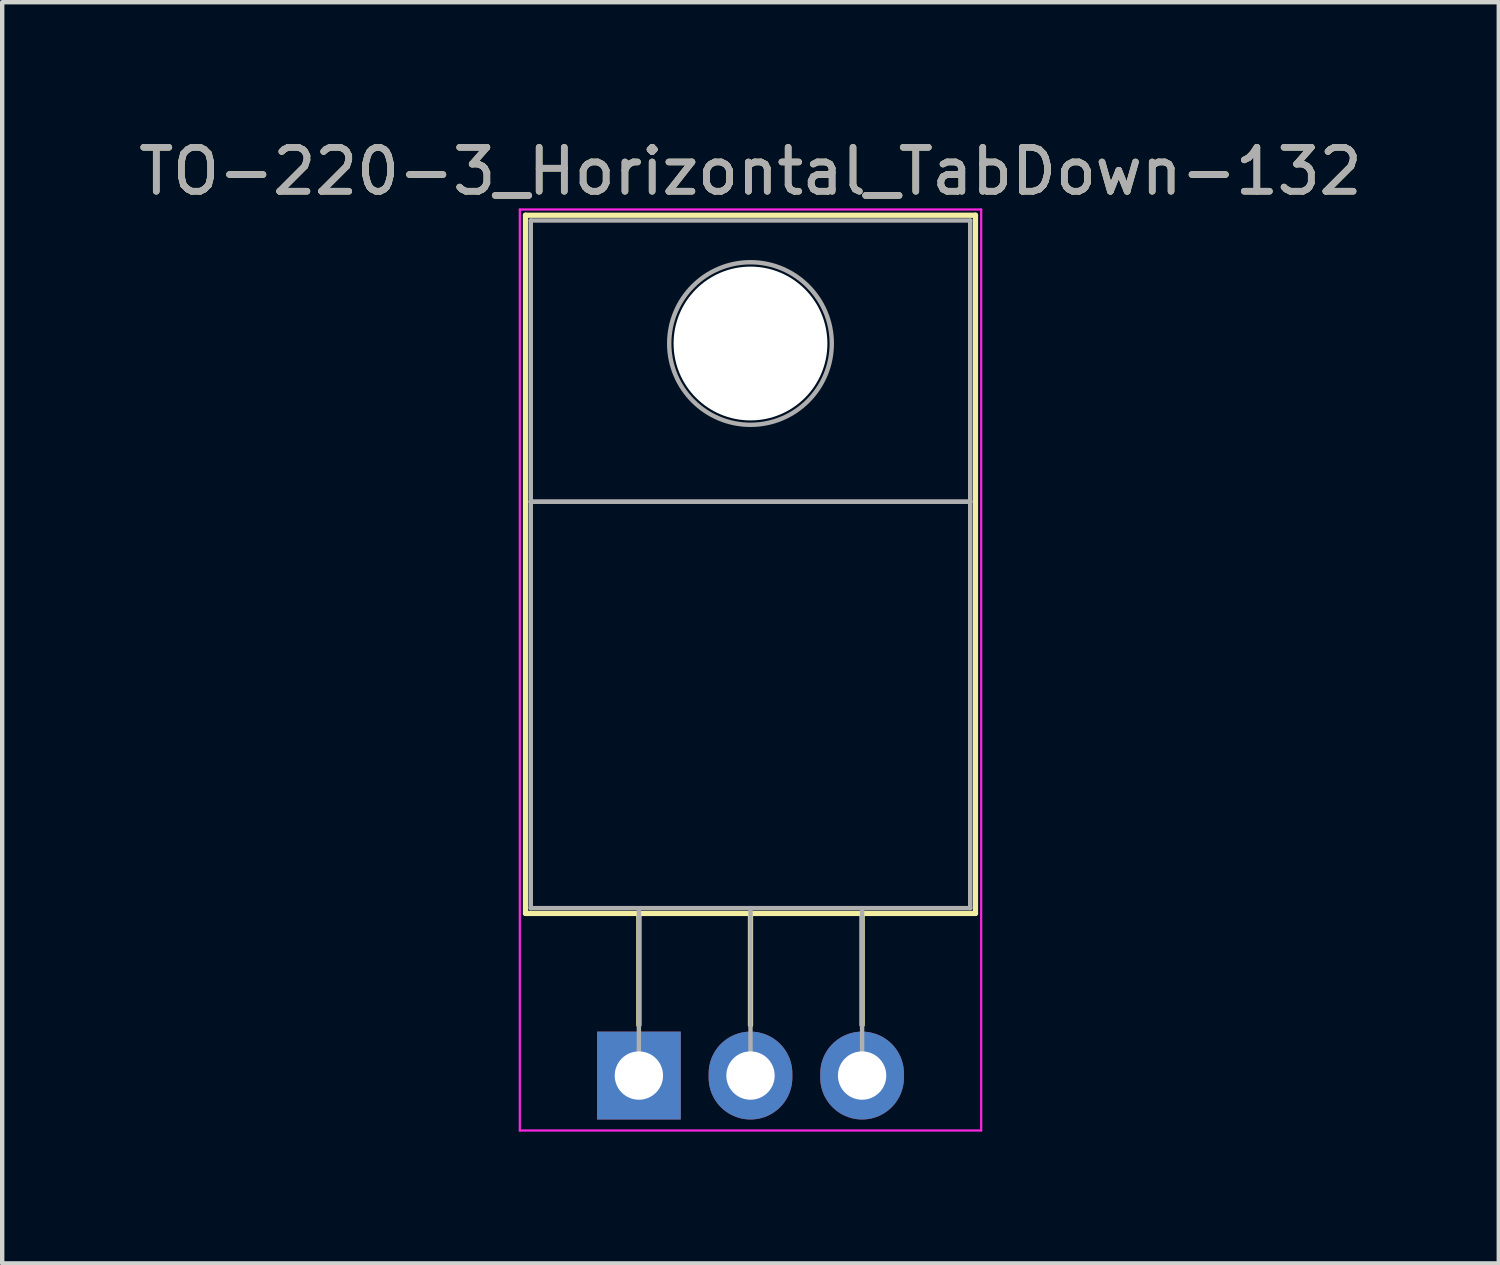
<source format=kicad_pcb>
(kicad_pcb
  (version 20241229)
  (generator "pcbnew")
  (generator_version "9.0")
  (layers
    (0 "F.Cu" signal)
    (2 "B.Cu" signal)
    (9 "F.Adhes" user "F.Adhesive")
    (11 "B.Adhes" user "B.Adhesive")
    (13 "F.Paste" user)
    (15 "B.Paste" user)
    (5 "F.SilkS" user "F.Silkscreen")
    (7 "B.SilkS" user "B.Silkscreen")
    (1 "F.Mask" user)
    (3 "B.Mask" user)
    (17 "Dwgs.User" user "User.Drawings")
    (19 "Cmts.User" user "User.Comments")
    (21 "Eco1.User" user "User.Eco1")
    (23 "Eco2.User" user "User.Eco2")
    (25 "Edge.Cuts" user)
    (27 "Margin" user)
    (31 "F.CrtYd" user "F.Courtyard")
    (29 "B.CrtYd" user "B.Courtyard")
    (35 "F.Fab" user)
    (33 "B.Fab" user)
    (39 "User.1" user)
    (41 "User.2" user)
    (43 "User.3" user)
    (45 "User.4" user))
  (footprint "TO-220-3_Horizontal_TabDown-132"
    (layer "F.Cu")
    (at 11.49 21.428)
    (property "Reference" "TO-220-3_Horizontal_TabDown-132" (at 2.54 -20.58 0) (layer "F.SilkS") (effects (font (size 1 1) (thickness 0.15))))
    (attr through_hole)
    (fp_line (start -2.58 -19.58) (end -2.58 -3.69) (stroke (width 0.12) (type solid)) (layer "F.SilkS"))
    (fp_line (start -2.58 -19.58) (end 7.66 -19.58) (stroke (width 0.12) (type solid)) (layer "F.SilkS"))
    (fp_line (start -2.58 -3.69) (end 7.66 -3.69) (stroke (width 0.12) (type solid)) (layer "F.SilkS"))
    (fp_line (start 0 -3.69) (end 0 -1.15) (stroke (width 0.12) (type solid)) (layer "F.SilkS"))
    (fp_line (start 2.54 -3.69) (end 2.54 -1.15) (stroke (width 0.12) (type solid)) (layer "F.SilkS"))
    (fp_line (start 5.08 -3.69) (end 5.08 -1.15) (stroke (width 0.12) (type solid)) (layer "F.SilkS"))
    (fp_line (start 7.66 -19.58) (end 7.66 -3.69) (stroke (width 0.12) (type solid)) (layer "F.SilkS"))
    (fp_line (start -2.71 -19.71) (end -2.71 1.25) (stroke (width 0.05) (type solid)) (layer "F.CrtYd"))
    (fp_line (start -2.71 1.25) (end 7.79 1.25) (stroke (width 0.05) (type solid)) (layer "F.CrtYd"))
    (fp_line (start 7.79 -19.71) (end -2.71 -19.71) (stroke (width 0.05) (type solid)) (layer "F.CrtYd"))
    (fp_line (start 7.79 1.25) (end 7.79 -19.71) (stroke (width 0.05) (type solid)) (layer "F.CrtYd"))
    (fp_line (start -2.46 -19.46) (end 7.54 -19.46) (stroke (width 0.1) (type solid)) (layer "F.Fab"))
    (fp_line (start -2.46 -13.06) (end -2.46 -19.46) (stroke (width 0.1) (type solid)) (layer "F.Fab"))
    (fp_line (start -2.46 -13.06) (end 7.54 -13.06) (stroke (width 0.1) (type solid)) (layer "F.Fab"))
    (fp_line (start -2.46 -3.81) (end -2.46 -13.06) (stroke (width 0.1) (type solid)) (layer "F.Fab"))
    (fp_line (start 0 -3.81) (end 0 0) (stroke (width 0.1) (type solid)) (layer "F.Fab"))
    (fp_line (start 2.54 -3.81) (end 2.54 0) (stroke (width 0.1) (type solid)) (layer "F.Fab"))
    (fp_line (start 5.08 -3.81) (end 5.08 0) (stroke (width 0.1) (type solid)) (layer "F.Fab"))
    (fp_line (start 7.54 -19.46) (end 7.54 -13.06) (stroke (width 0.1) (type solid)) (layer "F.Fab"))
    (fp_line (start 7.54 -13.06) (end -2.46 -13.06) (stroke (width 0.1) (type solid)) (layer "F.Fab"))
    (fp_line (start 7.54 -13.06) (end 7.54 -3.81) (stroke (width 0.1) (type solid)) (layer "F.Fab"))
    (fp_line (start 7.54 -3.81) (end -2.46 -3.81) (stroke (width 0.1) (type solid)) (layer "F.Fab"))
    (fp_circle (center 2.54 -16.66) (end 4.39 -16.66) (stroke (width 0.1) (type solid)) (fill no) (layer "F.Fab"))
    (fp_text user "${REFERENCE}" (at 2.54 -20.58 0) (layer "F.Fab") (effects (font (size 1 1) (thickness 0.15))))
    (pad "" np_thru_hole oval (at 2.54 -16.66) (size 3.5 3.5) (drill 3.5) (layers "*.Cu" "*.Mask"))
    (pad "1" thru_hole rect (at 0 0) (size 1.905 2) (drill 1.1) (layers "*.Cu" "*.Mask"))
    (pad "2" thru_hole oval (at 5.08 0) (size 1.905 2) (drill 1.1) (layers "*.Cu" "*.Mask"))
    (pad "3" thru_hole oval (at 2.54 0) (size 1.905 2) (drill 1.1) (layers "*.Cu" "*.Mask")))
  (gr_rect
    (start -3 -3)
    (end 31.06 25.703)
    (stroke (width 0.1) (type default))
    (fill no)
    (layer "Edge.Cuts")))
</source>
